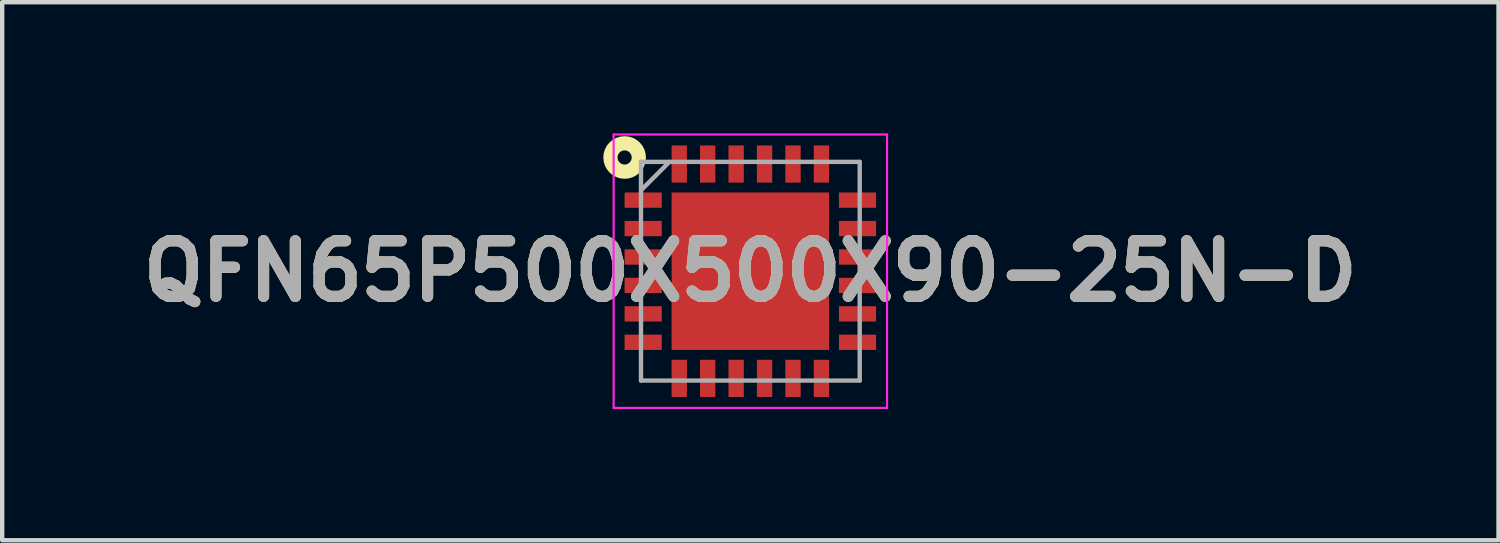
<source format=kicad_pcb>
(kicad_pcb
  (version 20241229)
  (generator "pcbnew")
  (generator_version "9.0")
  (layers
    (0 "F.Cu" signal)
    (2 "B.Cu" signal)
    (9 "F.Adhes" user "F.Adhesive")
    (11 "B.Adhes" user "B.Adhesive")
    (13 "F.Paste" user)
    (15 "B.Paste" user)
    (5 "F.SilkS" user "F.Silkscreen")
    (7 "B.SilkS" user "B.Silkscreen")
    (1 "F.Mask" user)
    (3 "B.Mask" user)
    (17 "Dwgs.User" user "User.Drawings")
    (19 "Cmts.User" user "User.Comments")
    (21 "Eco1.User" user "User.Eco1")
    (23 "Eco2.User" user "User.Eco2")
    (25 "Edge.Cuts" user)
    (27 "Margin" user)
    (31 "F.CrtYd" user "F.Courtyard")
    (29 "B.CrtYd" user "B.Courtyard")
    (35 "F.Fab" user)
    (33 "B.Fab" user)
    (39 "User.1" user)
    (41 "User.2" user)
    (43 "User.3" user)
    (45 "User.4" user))
  (footprint "QFN65P500X500X90-25N-D"
    (layer "F.Cu")
    (at 14.103 3.15)
    (property "Reference" "QFN65P500X500X90-25N-D" (at 0 0 0) (layer "F.SilkS") (effects (font (size 1.27 1.27) (thickness 0.254))))
    (attr smd)
    (fp_circle (center -2.874 -2.6) (end -2.874 -2.438) (stroke (width 0.325) (type solid)) (fill no) (layer "F.SilkS"))
    (fp_line (start -3.125 -3.125) (end 3.125 -3.125) (stroke (width 0.05) (type solid)) (layer "F.CrtYd"))
    (fp_line (start -3.125 3.125) (end -3.125 -3.125) (stroke (width 0.05) (type solid)) (layer "F.CrtYd"))
    (fp_line (start 3.125 -3.125) (end 3.125 3.125) (stroke (width 0.05) (type solid)) (layer "F.CrtYd"))
    (fp_line (start 3.125 3.125) (end -3.125 3.125) (stroke (width 0.05) (type solid)) (layer "F.CrtYd"))
    (fp_line (start -2.5 -2.5) (end 2.5 -2.5) (stroke (width 0.1) (type solid)) (layer "F.Fab"))
    (fp_line (start -2.5 -1.85) (end -1.85 -2.5) (stroke (width 0.1) (type solid)) (layer "F.Fab"))
    (fp_line (start -2.5 2.5) (end -2.5 -2.5) (stroke (width 0.1) (type solid)) (layer "F.Fab"))
    (fp_line (start 2.5 -2.5) (end 2.5 2.5) (stroke (width 0.1) (type solid)) (layer "F.Fab"))
    (fp_line (start 2.5 2.5) (end -2.5 2.5) (stroke (width 0.1) (type solid)) (layer "F.Fab"))
    (fp_text user "${REFERENCE}" (at 0 0 0) (layer "F.Fab") (effects (font (size 1.27 1.27) (thickness 0.254))))
    (pad "1" smd rect (at -2.45 -1.625 90) (size 0.35 0.85) (layers "F.Cu" "F.Mask" "F.Paste"))
    (pad "2" smd rect (at -2.45 -0.975 90) (size 0.35 0.85) (layers "F.Cu" "F.Mask" "F.Paste"))
    (pad "3" smd rect (at -2.45 -0.325 90) (size 0.35 0.85) (layers "F.Cu" "F.Mask" "F.Paste"))
    (pad "4" smd rect (at -2.45 0.325 90) (size 0.35 0.85) (layers "F.Cu" "F.Mask" "F.Paste"))
    (pad "5" smd rect (at -2.45 0.975 90) (size 0.35 0.85) (layers "F.Cu" "F.Mask" "F.Paste"))
    (pad "6" smd rect (at -2.45 1.625 90) (size 0.35 0.85) (layers "F.Cu" "F.Mask" "F.Paste"))
    (pad "7" smd rect (at -1.625 2.45) (size 0.35 0.85) (layers "F.Cu" "F.Mask" "F.Paste"))
    (pad "8" smd rect (at -0.975 2.45) (size 0.35 0.85) (layers "F.Cu" "F.Mask" "F.Paste"))
    (pad "9" smd rect (at -0.325 2.45) (size 0.35 0.85) (layers "F.Cu" "F.Mask" "F.Paste"))
    (pad "10" smd rect (at 0.325 2.45) (size 0.35 0.85) (layers "F.Cu" "F.Mask" "F.Paste"))
    (pad "11" smd rect (at 0.975 2.45) (size 0.35 0.85) (layers "F.Cu" "F.Mask" "F.Paste"))
    (pad "12" smd rect (at 1.625 2.45) (size 0.35 0.85) (layers "F.Cu" "F.Mask" "F.Paste"))
    (pad "13" smd rect (at 2.45 1.625 90) (size 0.35 0.85) (layers "F.Cu" "F.Mask" "F.Paste"))
    (pad "14" smd rect (at 2.45 0.975 90) (size 0.35 0.85) (layers "F.Cu" "F.Mask" "F.Paste"))
    (pad "15" smd rect (at 2.45 0.325 90) (size 0.35 0.85) (layers "F.Cu" "F.Mask" "F.Paste"))
    (pad "16" smd rect (at 2.45 -0.325 90) (size 0.35 0.85) (layers "F.Cu" "F.Mask" "F.Paste"))
    (pad "17" smd rect (at 2.45 -0.975 90) (size 0.35 0.85) (layers "F.Cu" "F.Mask" "F.Paste"))
    (pad "18" smd rect (at 2.45 -1.625 90) (size 0.35 0.85) (layers "F.Cu" "F.Mask" "F.Paste"))
    (pad "19" smd rect (at 1.625 -2.45) (size 0.35 0.85) (layers "F.Cu" "F.Mask" "F.Paste"))
    (pad "20" smd rect (at 0.975 -2.45) (size 0.35 0.85) (layers "F.Cu" "F.Mask" "F.Paste"))
    (pad "21" smd rect (at 0.325 -2.45) (size 0.35 0.85) (layers "F.Cu" "F.Mask" "F.Paste"))
    (pad "22" smd rect (at -0.325 -2.45) (size 0.35 0.85) (layers "F.Cu" "F.Mask" "F.Paste"))
    (pad "23" smd rect (at -0.975 -2.45) (size 0.35 0.85) (layers "F.Cu" "F.Mask" "F.Paste"))
    (pad "24" smd rect (at -1.625 -2.45) (size 0.35 0.85) (layers "F.Cu" "F.Mask" "F.Paste"))
    (pad "25" smd rect (at 0 0) (size 3.6 3.6) (layers "F.Cu" "F.Mask" "F.Paste")))
  (gr_rect
    (start -3 -3)
    (end 31.206 9.3)
    (stroke (width 0.1) (type default))
    (fill no)
    (layer "Edge.Cuts")))
</source>
